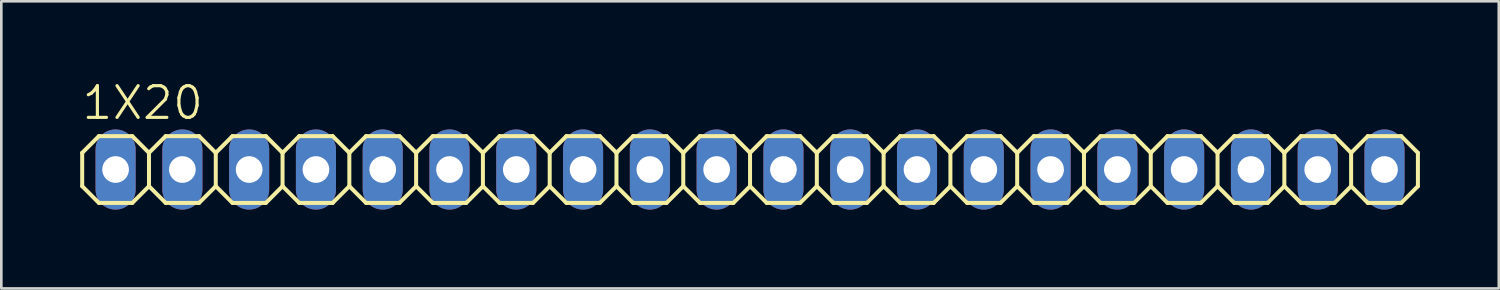
<source format=kicad_pcb>
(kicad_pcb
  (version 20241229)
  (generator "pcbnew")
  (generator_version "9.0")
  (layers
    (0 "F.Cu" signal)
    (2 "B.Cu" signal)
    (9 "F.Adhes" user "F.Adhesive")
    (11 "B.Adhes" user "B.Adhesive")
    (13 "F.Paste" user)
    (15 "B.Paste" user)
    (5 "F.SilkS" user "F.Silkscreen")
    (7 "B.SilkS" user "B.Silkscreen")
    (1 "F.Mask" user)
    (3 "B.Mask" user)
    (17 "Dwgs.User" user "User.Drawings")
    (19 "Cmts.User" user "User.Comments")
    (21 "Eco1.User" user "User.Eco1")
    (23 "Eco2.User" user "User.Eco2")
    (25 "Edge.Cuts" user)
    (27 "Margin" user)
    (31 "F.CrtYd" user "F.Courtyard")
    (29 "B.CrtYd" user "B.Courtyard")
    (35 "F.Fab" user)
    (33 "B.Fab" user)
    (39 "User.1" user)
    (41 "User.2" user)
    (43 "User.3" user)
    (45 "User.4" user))
  (footprint "1X20"
    (layer "F.Cu")
    (at 25.476 3.397)
    (property "Reference" "1X20" (at -25.476 -1.829 0) (layer "F.SilkS") (effects (font (size 1.206 1.206) (thickness 0.121)) (justify left bottom)))
    (attr through_hole)
    (fp_line (start -25.4 -0.635) (end -25.4 0.635) (stroke (width 0.152) (type solid)) (layer "F.SilkS"))
    (fp_line (start -25.4 0.635) (end -24.765 1.27) (stroke (width 0.152) (type solid)) (layer "F.SilkS"))
    (fp_line (start -24.765 -1.27) (end -25.4 -0.635) (stroke (width 0.152) (type solid)) (layer "F.SilkS"))
    (fp_line (start -24.765 -1.27) (end -23.495 -1.27) (stroke (width 0.152) (type solid)) (layer "F.SilkS"))
    (fp_line (start -23.495 -1.27) (end -22.86 -0.635) (stroke (width 0.152) (type solid)) (layer "F.SilkS"))
    (fp_line (start -23.495 1.27) (end -24.765 1.27) (stroke (width 0.152) (type solid)) (layer "F.SilkS"))
    (fp_line (start -22.86 -0.635) (end -22.86 0.635) (stroke (width 0.152) (type solid)) (layer "F.SilkS"))
    (fp_line (start -22.86 -0.635) (end -22.225 -1.27) (stroke (width 0.152) (type solid)) (layer "F.SilkS"))
    (fp_line (start -22.86 0.635) (end -23.495 1.27) (stroke (width 0.152) (type solid)) (layer "F.SilkS"))
    (fp_line (start -22.225 -1.27) (end -20.955 -1.27) (stroke (width 0.152) (type solid)) (layer "F.SilkS"))
    (fp_line (start -22.225 1.27) (end -22.86 0.635) (stroke (width 0.152) (type solid)) (layer "F.SilkS"))
    (fp_line (start -20.955 -1.27) (end -20.32 -0.635) (stroke (width 0.152) (type solid)) (layer "F.SilkS"))
    (fp_line (start -20.955 1.27) (end -22.225 1.27) (stroke (width 0.152) (type solid)) (layer "F.SilkS"))
    (fp_line (start -20.32 -0.635) (end -20.32 0.635) (stroke (width 0.152) (type solid)) (layer "F.SilkS"))
    (fp_line (start -20.32 -0.635) (end -19.685 -1.27) (stroke (width 0.152) (type solid)) (layer "F.SilkS"))
    (fp_line (start -20.32 0.635) (end -20.955 1.27) (stroke (width 0.152) (type solid)) (layer "F.SilkS"))
    (fp_line (start -19.685 -1.27) (end -18.415 -1.27) (stroke (width 0.152) (type solid)) (layer "F.SilkS"))
    (fp_line (start -19.685 1.27) (end -20.32 0.635) (stroke (width 0.152) (type solid)) (layer "F.SilkS"))
    (fp_line (start -18.415 -1.27) (end -17.78 -0.635) (stroke (width 0.152) (type solid)) (layer "F.SilkS"))
    (fp_line (start -18.415 1.27) (end -19.685 1.27) (stroke (width 0.152) (type solid)) (layer "F.SilkS"))
    (fp_line (start -17.78 -0.635) (end -17.78 0.635) (stroke (width 0.152) (type solid)) (layer "F.SilkS"))
    (fp_line (start -17.78 0.635) (end -18.415 1.27) (stroke (width 0.152) (type solid)) (layer "F.SilkS"))
    (fp_line (start -17.78 0.635) (end -17.145 1.27) (stroke (width 0.152) (type solid)) (layer "F.SilkS"))
    (fp_line (start -17.145 -1.27) (end -17.78 -0.635) (stroke (width 0.152) (type solid)) (layer "F.SilkS"))
    (fp_line (start -17.145 -1.27) (end -15.875 -1.27) (stroke (width 0.152) (type solid)) (layer "F.SilkS"))
    (fp_line (start -15.875 -1.27) (end -15.24 -0.635) (stroke (width 0.152) (type solid)) (layer "F.SilkS"))
    (fp_line (start -15.875 1.27) (end -17.145 1.27) (stroke (width 0.152) (type solid)) (layer "F.SilkS"))
    (fp_line (start -15.24 -0.635) (end -15.24 0.635) (stroke (width 0.152) (type solid)) (layer "F.SilkS"))
    (fp_line (start -15.24 -0.635) (end -14.605 -1.27) (stroke (width 0.152) (type solid)) (layer "F.SilkS"))
    (fp_line (start -15.24 0.635) (end -15.875 1.27) (stroke (width 0.152) (type solid)) (layer "F.SilkS"))
    (fp_line (start -14.605 -1.27) (end -13.335 -1.27) (stroke (width 0.152) (type solid)) (layer "F.SilkS"))
    (fp_line (start -14.605 1.27) (end -15.24 0.635) (stroke (width 0.152) (type solid)) (layer "F.SilkS"))
    (fp_line (start -13.335 -1.27) (end -12.7 -0.635) (stroke (width 0.152) (type solid)) (layer "F.SilkS"))
    (fp_line (start -13.335 1.27) (end -14.605 1.27) (stroke (width 0.152) (type solid)) (layer "F.SilkS"))
    (fp_line (start -12.7 -0.635) (end -12.7 0.635) (stroke (width 0.152) (type solid)) (layer "F.SilkS"))
    (fp_line (start -12.7 -0.635) (end -12.065 -1.27) (stroke (width 0.152) (type solid)) (layer "F.SilkS"))
    (fp_line (start -12.7 0.635) (end -13.335 1.27) (stroke (width 0.152) (type solid)) (layer "F.SilkS"))
    (fp_line (start -12.065 -1.27) (end -10.795 -1.27) (stroke (width 0.152) (type solid)) (layer "F.SilkS"))
    (fp_line (start -12.065 1.27) (end -12.7 0.635) (stroke (width 0.152) (type solid)) (layer "F.SilkS"))
    (fp_line (start -10.795 -1.27) (end -10.16 -0.635) (stroke (width 0.152) (type solid)) (layer "F.SilkS"))
    (fp_line (start -10.795 1.27) (end -12.065 1.27) (stroke (width 0.152) (type solid)) (layer "F.SilkS"))
    (fp_line (start -10.16 -0.635) (end -10.16 0.635) (stroke (width 0.152) (type solid)) (layer "F.SilkS"))
    (fp_line (start -10.16 0.635) (end -10.795 1.27) (stroke (width 0.152) (type solid)) (layer "F.SilkS"))
    (fp_line (start -10.16 0.635) (end -9.525 1.27) (stroke (width 0.152) (type solid)) (layer "F.SilkS"))
    (fp_line (start -9.525 -1.27) (end -10.16 -0.635) (stroke (width 0.152) (type solid)) (layer "F.SilkS"))
    (fp_line (start -9.525 -1.27) (end -8.255 -1.27) (stroke (width 0.152) (type solid)) (layer "F.SilkS"))
    (fp_line (start -8.255 -1.27) (end -7.62 -0.635) (stroke (width 0.152) (type solid)) (layer "F.SilkS"))
    (fp_line (start -8.255 1.27) (end -9.525 1.27) (stroke (width 0.152) (type solid)) (layer "F.SilkS"))
    (fp_line (start -7.62 -0.635) (end -7.62 0.635) (stroke (width 0.152) (type solid)) (layer "F.SilkS"))
    (fp_line (start -7.62 -0.635) (end -6.985 -1.27) (stroke (width 0.152) (type solid)) (layer "F.SilkS"))
    (fp_line (start -7.62 0.635) (end -8.255 1.27) (stroke (width 0.152) (type solid)) (layer "F.SilkS"))
    (fp_line (start -6.985 -1.27) (end -5.715 -1.27) (stroke (width 0.152) (type solid)) (layer "F.SilkS"))
    (fp_line (start -6.985 1.27) (end -7.62 0.635) (stroke (width 0.152) (type solid)) (layer "F.SilkS"))
    (fp_line (start -5.715 -1.27) (end -5.08 -0.635) (stroke (width 0.152) (type solid)) (layer "F.SilkS"))
    (fp_line (start -5.715 1.27) (end -6.985 1.27) (stroke (width 0.152) (type solid)) (layer "F.SilkS"))
    (fp_line (start -5.08 -0.635) (end -5.08 0.635) (stroke (width 0.152) (type solid)) (layer "F.SilkS"))
    (fp_line (start -5.08 -0.635) (end -4.445 -1.27) (stroke (width 0.152) (type solid)) (layer "F.SilkS"))
    (fp_line (start -5.08 0.635) (end -5.715 1.27) (stroke (width 0.152) (type solid)) (layer "F.SilkS"))
    (fp_line (start -4.445 -1.27) (end -3.175 -1.27) (stroke (width 0.152) (type solid)) (layer "F.SilkS"))
    (fp_line (start -4.445 1.27) (end -5.08 0.635) (stroke (width 0.152) (type solid)) (layer "F.SilkS"))
    (fp_line (start -3.175 -1.27) (end -2.54 -0.635) (stroke (width 0.152) (type solid)) (layer "F.SilkS"))
    (fp_line (start -3.175 1.27) (end -4.445 1.27) (stroke (width 0.152) (type solid)) (layer "F.SilkS"))
    (fp_line (start -2.54 -0.635) (end -2.54 0.635) (stroke (width 0.152) (type solid)) (layer "F.SilkS"))
    (fp_line (start -2.54 0.635) (end -3.175 1.27) (stroke (width 0.152) (type solid)) (layer "F.SilkS"))
    (fp_line (start -2.54 0.635) (end -1.905 1.27) (stroke (width 0.152) (type solid)) (layer "F.SilkS"))
    (fp_line (start -1.905 -1.27) (end -2.54 -0.635) (stroke (width 0.152) (type solid)) (layer "F.SilkS"))
    (fp_line (start -1.905 -1.27) (end -0.635 -1.27) (stroke (width 0.152) (type solid)) (layer "F.SilkS"))
    (fp_line (start -0.635 -1.27) (end 0 -0.635) (stroke (width 0.152) (type solid)) (layer "F.SilkS"))
    (fp_line (start -0.635 1.27) (end -1.905 1.27) (stroke (width 0.152) (type solid)) (layer "F.SilkS"))
    (fp_line (start 0 -0.635) (end 0 0.635) (stroke (width 0.152) (type solid)) (layer "F.SilkS"))
    (fp_line (start 0 -0.635) (end 0.635 -1.27) (stroke (width 0.152) (type solid)) (layer "F.SilkS"))
    (fp_line (start 0 0.635) (end -0.635 1.27) (stroke (width 0.152) (type solid)) (layer "F.SilkS"))
    (fp_line (start 0.635 -1.27) (end 1.905 -1.27) (stroke (width 0.152) (type solid)) (layer "F.SilkS"))
    (fp_line (start 0.635 1.27) (end 0 0.635) (stroke (width 0.152) (type solid)) (layer "F.SilkS"))
    (fp_line (start 1.905 -1.27) (end 2.54 -0.635) (stroke (width 0.152) (type solid)) (layer "F.SilkS"))
    (fp_line (start 1.905 1.27) (end 0.635 1.27) (stroke (width 0.152) (type solid)) (layer "F.SilkS"))
    (fp_line (start 2.54 -0.635) (end 2.54 0.635) (stroke (width 0.152) (type solid)) (layer "F.SilkS"))
    (fp_line (start 2.54 -0.635) (end 3.175 -1.27) (stroke (width 0.152) (type solid)) (layer "F.SilkS"))
    (fp_line (start 2.54 0.635) (end 1.905 1.27) (stroke (width 0.152) (type solid)) (layer "F.SilkS"))
    (fp_line (start 3.175 -1.27) (end 4.445 -1.27) (stroke (width 0.152) (type solid)) (layer "F.SilkS"))
    (fp_line (start 3.175 1.27) (end 2.54 0.635) (stroke (width 0.152) (type solid)) (layer "F.SilkS"))
    (fp_line (start 4.445 -1.27) (end 5.08 -0.635) (stroke (width 0.152) (type solid)) (layer "F.SilkS"))
    (fp_line (start 4.445 1.27) (end 3.175 1.27) (stroke (width 0.152) (type solid)) (layer "F.SilkS"))
    (fp_line (start 5.08 -0.635) (end 5.08 0.635) (stroke (width 0.152) (type solid)) (layer "F.SilkS"))
    (fp_line (start 5.08 0.635) (end 4.445 1.27) (stroke (width 0.152) (type solid)) (layer "F.SilkS"))
    (fp_line (start 5.08 0.635) (end 5.715 1.27) (stroke (width 0.152) (type solid)) (layer "F.SilkS"))
    (fp_line (start 5.715 -1.27) (end 5.08 -0.635) (stroke (width 0.152) (type solid)) (layer "F.SilkS"))
    (fp_line (start 5.715 -1.27) (end 6.985 -1.27) (stroke (width 0.152) (type solid)) (layer "F.SilkS"))
    (fp_line (start 6.985 -1.27) (end 7.62 -0.635) (stroke (width 0.152) (type solid)) (layer "F.SilkS"))
    (fp_line (start 6.985 1.27) (end 5.715 1.27) (stroke (width 0.152) (type solid)) (layer "F.SilkS"))
    (fp_line (start 7.62 -0.635) (end 7.62 0.635) (stroke (width 0.152) (type solid)) (layer "F.SilkS"))
    (fp_line (start 7.62 -0.635) (end 8.255 -1.27) (stroke (width 0.152) (type solid)) (layer "F.SilkS"))
    (fp_line (start 7.62 0.635) (end 6.985 1.27) (stroke (width 0.152) (type solid)) (layer "F.SilkS"))
    (fp_line (start 8.255 -1.27) (end 9.525 -1.27) (stroke (width 0.152) (type solid)) (layer "F.SilkS"))
    (fp_line (start 8.255 1.27) (end 7.62 0.635) (stroke (width 0.152) (type solid)) (layer "F.SilkS"))
    (fp_line (start 9.525 -1.27) (end 10.16 -0.635) (stroke (width 0.152) (type solid)) (layer "F.SilkS"))
    (fp_line (start 9.525 1.27) (end 8.255 1.27) (stroke (width 0.152) (type solid)) (layer "F.SilkS"))
    (fp_line (start 10.16 -0.635) (end 10.16 0.635) (stroke (width 0.152) (type solid)) (layer "F.SilkS"))
    (fp_line (start 10.16 -0.635) (end 10.795 -1.27) (stroke (width 0.152) (type solid)) (layer "F.SilkS"))
    (fp_line (start 10.16 0.635) (end 9.525 1.27) (stroke (width 0.152) (type solid)) (layer "F.SilkS"))
    (fp_line (start 10.795 -1.27) (end 12.065 -1.27) (stroke (width 0.152) (type solid)) (layer "F.SilkS"))
    (fp_line (start 10.795 1.27) (end 10.16 0.635) (stroke (width 0.152) (type solid)) (layer "F.SilkS"))
    (fp_line (start 12.065 -1.27) (end 12.7 -0.635) (stroke (width 0.152) (type solid)) (layer "F.SilkS"))
    (fp_line (start 12.065 1.27) (end 10.795 1.27) (stroke (width 0.152) (type solid)) (layer "F.SilkS"))
    (fp_line (start 12.7 -0.635) (end 12.7 0.635) (stroke (width 0.152) (type solid)) (layer "F.SilkS"))
    (fp_line (start 12.7 0.635) (end 12.065 1.27) (stroke (width 0.152) (type solid)) (layer "F.SilkS"))
    (fp_line (start 12.7 0.635) (end 13.335 1.27) (stroke (width 0.152) (type solid)) (layer "F.SilkS"))
    (fp_line (start 13.335 -1.27) (end 12.7 -0.635) (stroke (width 0.152) (type solid)) (layer "F.SilkS"))
    (fp_line (start 13.335 -1.27) (end 14.605 -1.27) (stroke (width 0.152) (type solid)) (layer "F.SilkS"))
    (fp_line (start 14.605 -1.27) (end 15.24 -0.635) (stroke (width 0.152) (type solid)) (layer "F.SilkS"))
    (fp_line (start 14.605 1.27) (end 13.335 1.27) (stroke (width 0.152) (type solid)) (layer "F.SilkS"))
    (fp_line (start 15.24 -0.635) (end 15.24 0.635) (stroke (width 0.152) (type solid)) (layer "F.SilkS"))
    (fp_line (start 15.24 -0.635) (end 15.875 -1.27) (stroke (width 0.152) (type solid)) (layer "F.SilkS"))
    (fp_line (start 15.24 0.635) (end 14.605 1.27) (stroke (width 0.152) (type solid)) (layer "F.SilkS"))
    (fp_line (start 15.875 -1.27) (end 17.145 -1.27) (stroke (width 0.152) (type solid)) (layer "F.SilkS"))
    (fp_line (start 15.875 1.27) (end 15.24 0.635) (stroke (width 0.152) (type solid)) (layer "F.SilkS"))
    (fp_line (start 17.145 -1.27) (end 17.78 -0.635) (stroke (width 0.152) (type solid)) (layer "F.SilkS"))
    (fp_line (start 17.145 1.27) (end 15.875 1.27) (stroke (width 0.152) (type solid)) (layer "F.SilkS"))
    (fp_line (start 17.78 -0.635) (end 17.78 0.635) (stroke (width 0.152) (type solid)) (layer "F.SilkS"))
    (fp_line (start 17.78 -0.635) (end 18.415 -1.27) (stroke (width 0.152) (type solid)) (layer "F.SilkS"))
    (fp_line (start 17.78 0.635) (end 17.145 1.27) (stroke (width 0.152) (type solid)) (layer "F.SilkS"))
    (fp_line (start 18.415 -1.27) (end 19.685 -1.27) (stroke (width 0.152) (type solid)) (layer "F.SilkS"))
    (fp_line (start 18.415 1.27) (end 17.78 0.635) (stroke (width 0.152) (type solid)) (layer "F.SilkS"))
    (fp_line (start 19.685 -1.27) (end 20.32 -0.635) (stroke (width 0.152) (type solid)) (layer "F.SilkS"))
    (fp_line (start 19.685 1.27) (end 18.415 1.27) (stroke (width 0.152) (type solid)) (layer "F.SilkS"))
    (fp_line (start 20.32 -0.635) (end 20.32 0.635) (stroke (width 0.152) (type solid)) (layer "F.SilkS"))
    (fp_line (start 20.32 0.635) (end 19.685 1.27) (stroke (width 0.152) (type solid)) (layer "F.SilkS"))
    (fp_line (start 20.32 0.635) (end 20.955 1.27) (stroke (width 0.152) (type solid)) (layer "F.SilkS"))
    (fp_line (start 20.955 -1.27) (end 20.32 -0.635) (stroke (width 0.152) (type solid)) (layer "F.SilkS"))
    (fp_line (start 20.955 -1.27) (end 22.225 -1.27) (stroke (width 0.152) (type solid)) (layer "F.SilkS"))
    (fp_line (start 22.225 -1.27) (end 22.86 -0.635) (stroke (width 0.152) (type solid)) (layer "F.SilkS"))
    (fp_line (start 22.225 1.27) (end 20.955 1.27) (stroke (width 0.152) (type solid)) (layer "F.SilkS"))
    (fp_line (start 22.86 -0.635) (end 22.86 0.635) (stroke (width 0.152) (type solid)) (layer "F.SilkS"))
    (fp_line (start 22.86 0.635) (end 22.225 1.27) (stroke (width 0.152) (type solid)) (layer "F.SilkS"))
    (fp_line (start 22.86 0.635) (end 23.495 1.27) (stroke (width 0.152) (type solid)) (layer "F.SilkS"))
    (fp_line (start 23.495 -1.27) (end 22.86 -0.635) (stroke (width 0.152) (type solid)) (layer "F.SilkS"))
    (fp_line (start 23.495 -1.27) (end 24.765 -1.27) (stroke (width 0.152) (type solid)) (layer "F.SilkS"))
    (fp_line (start 24.765 -1.27) (end 25.4 -0.635) (stroke (width 0.152) (type solid)) (layer "F.SilkS"))
    (fp_line (start 24.765 1.27) (end 23.495 1.27) (stroke (width 0.152) (type solid)) (layer "F.SilkS"))
    (fp_line (start 25.4 -0.635) (end 25.4 0.635) (stroke (width 0.152) (type solid)) (layer "F.SilkS"))
    (fp_line (start 25.4 0.635) (end 24.765 1.27) (stroke (width 0.152) (type solid)) (layer "F.SilkS"))
    (fp_poly (pts (xy -24.384 0.254) (xy -23.876 0.254) (xy -23.876 -0.254) (xy -24.384 -0.254)) (stroke (width 0.1) (type solid)) (fill no) (layer "F.Fab"))
    (fp_poly (pts (xy -21.844 0.254) (xy -21.336 0.254) (xy -21.336 -0.254) (xy -21.844 -0.254)) (stroke (width 0.1) (type solid)) (fill no) (layer "F.Fab"))
    (fp_poly (pts (xy -19.304 0.254) (xy -18.796 0.254) (xy -18.796 -0.254) (xy -19.304 -0.254)) (stroke (width 0.1) (type solid)) (fill no) (layer "F.Fab"))
    (fp_poly (pts (xy -16.764 0.254) (xy -16.256 0.254) (xy -16.256 -0.254) (xy -16.764 -0.254)) (stroke (width 0.1) (type solid)) (fill no) (layer "F.Fab"))
    (fp_poly (pts (xy -14.224 0.254) (xy -13.716 0.254) (xy -13.716 -0.254) (xy -14.224 -0.254)) (stroke (width 0.1) (type solid)) (fill no) (layer "F.Fab"))
    (fp_poly (pts (xy -11.684 0.254) (xy -11.176 0.254) (xy -11.176 -0.254) (xy -11.684 -0.254)) (stroke (width 0.1) (type solid)) (fill no) (layer "F.Fab"))
    (fp_poly (pts (xy -9.144 0.254) (xy -8.636 0.254) (xy -8.636 -0.254) (xy -9.144 -0.254)) (stroke (width 0.1) (type solid)) (fill no) (layer "F.Fab"))
    (fp_poly (pts (xy -6.604 0.254) (xy -6.096 0.254) (xy -6.096 -0.254) (xy -6.604 -0.254)) (stroke (width 0.1) (type solid)) (fill no) (layer "F.Fab"))
    (fp_poly (pts (xy -4.064 0.254) (xy -3.556 0.254) (xy -3.556 -0.254) (xy -4.064 -0.254)) (stroke (width 0.1) (type solid)) (fill no) (layer "F.Fab"))
    (fp_poly (pts (xy -1.524 0.254) (xy -1.016 0.254) (xy -1.016 -0.254) (xy -1.524 -0.254)) (stroke (width 0.1) (type solid)) (fill no) (layer "F.Fab"))
    (fp_poly (pts (xy 1.016 0.254) (xy 1.524 0.254) (xy 1.524 -0.254) (xy 1.016 -0.254)) (stroke (width 0.1) (type solid)) (fill no) (layer "F.Fab"))
    (fp_poly (pts (xy 3.556 0.254) (xy 4.064 0.254) (xy 4.064 -0.254) (xy 3.556 -0.254)) (stroke (width 0.1) (type solid)) (fill no) (layer "F.Fab"))
    (fp_poly (pts (xy 6.096 0.254) (xy 6.604 0.254) (xy 6.604 -0.254) (xy 6.096 -0.254)) (stroke (width 0.1) (type solid)) (fill no) (layer "F.Fab"))
    (fp_poly (pts (xy 8.636 0.254) (xy 9.144 0.254) (xy 9.144 -0.254) (xy 8.636 -0.254)) (stroke (width 0.1) (type solid)) (fill no) (layer "F.Fab"))
    (fp_poly (pts (xy 11.176 0.254) (xy 11.684 0.254) (xy 11.684 -0.254) (xy 11.176 -0.254)) (stroke (width 0.1) (type solid)) (fill no) (layer "F.Fab"))
    (fp_poly (pts (xy 13.716 0.254) (xy 14.224 0.254) (xy 14.224 -0.254) (xy 13.716 -0.254)) (stroke (width 0.1) (type solid)) (fill no) (layer "F.Fab"))
    (fp_poly (pts (xy 16.256 0.254) (xy 16.764 0.254) (xy 16.764 -0.254) (xy 16.256 -0.254)) (stroke (width 0.1) (type solid)) (fill no) (layer "F.Fab"))
    (fp_poly (pts (xy 18.796 0.254) (xy 19.304 0.254) (xy 19.304 -0.254) (xy 18.796 -0.254)) (stroke (width 0.1) (type solid)) (fill no) (layer "F.Fab"))
    (fp_poly (pts (xy 21.336 0.254) (xy 21.844 0.254) (xy 21.844 -0.254) (xy 21.336 -0.254)) (stroke (width 0.1) (type solid)) (fill no) (layer "F.Fab"))
    (fp_poly (pts (xy 23.876 0.254) (xy 24.384 0.254) (xy 24.384 -0.254) (xy 23.876 -0.254)) (stroke (width 0.1) (type solid)) (fill no) (layer "F.Fab"))
    (pad "1" thru_hole oval (at -24.13 0 90) (size 3.048 1.524) (drill 1.016) (layers "*.Cu" "*.Mask"))
    (pad "2" thru_hole oval (at -21.59 0 90) (size 3.048 1.524) (drill 1.016) (layers "*.Cu" "*.Mask"))
    (pad "3" thru_hole oval (at -19.05 0 90) (size 3.048 1.524) (drill 1.016) (layers "*.Cu" "*.Mask"))
    (pad "4" thru_hole oval (at -16.51 0 90) (size 3.048 1.524) (drill 1.016) (layers "*.Cu" "*.Mask"))
    (pad "5" thru_hole oval (at -13.97 0 90) (size 3.048 1.524) (drill 1.016) (layers "*.Cu" "*.Mask"))
    (pad "6" thru_hole oval (at -11.43 0 90) (size 3.048 1.524) (drill 1.016) (layers "*.Cu" "*.Mask"))
    (pad "7" thru_hole oval (at -8.89 0 90) (size 3.048 1.524) (drill 1.016) (layers "*.Cu" "*.Mask"))
    (pad "8" thru_hole oval (at -6.35 0 90) (size 3.048 1.524) (drill 1.016) (layers "*.Cu" "*.Mask"))
    (pad "9" thru_hole oval (at -3.81 0 90) (size 3.048 1.524) (drill 1.016) (layers "*.Cu" "*.Mask"))
    (pad "10" thru_hole oval (at -1.27 0 90) (size 3.048 1.524) (drill 1.016) (layers "*.Cu" "*.Mask"))
    (pad "11" thru_hole oval (at 1.27 0 90) (size 3.048 1.524) (drill 1.016) (layers "*.Cu" "*.Mask"))
    (pad "12" thru_hole oval (at 3.81 0 90) (size 3.048 1.524) (drill 1.016) (layers "*.Cu" "*.Mask"))
    (pad "13" thru_hole oval (at 6.35 0 90) (size 3.048 1.524) (drill 1.016) (layers "*.Cu" "*.Mask"))
    (pad "14" thru_hole oval (at 8.89 0 90) (size 3.048 1.524) (drill 1.016) (layers "*.Cu" "*.Mask"))
    (pad "15" thru_hole oval (at 11.43 0 90) (size 3.048 1.524) (drill 1.016) (layers "*.Cu" "*.Mask"))
    (pad "16" thru_hole oval (at 13.97 0 90) (size 3.048 1.524) (drill 1.016) (layers "*.Cu" "*.Mask"))
    (pad "17" thru_hole oval (at 16.51 0 90) (size 3.048 1.524) (drill 1.016) (layers "*.Cu" "*.Mask"))
    (pad "18" thru_hole oval (at 19.05 0 90) (size 3.048 1.524) (drill 1.016) (layers "*.Cu" "*.Mask"))
    (pad "19" thru_hole oval (at 21.59 0 90) (size 3.048 1.524) (drill 1.016) (layers "*.Cu" "*.Mask"))
    (pad "20" thru_hole oval (at 24.13 0 90) (size 3.048 1.524) (drill 1.016) (layers "*.Cu" "*.Mask")))
  (gr_rect
    (start -3 -3)
    (end 53.952 7.921)
    (stroke (width 0.1) (type default))
    (fill no)
    (layer "Edge.Cuts")))
</source>
